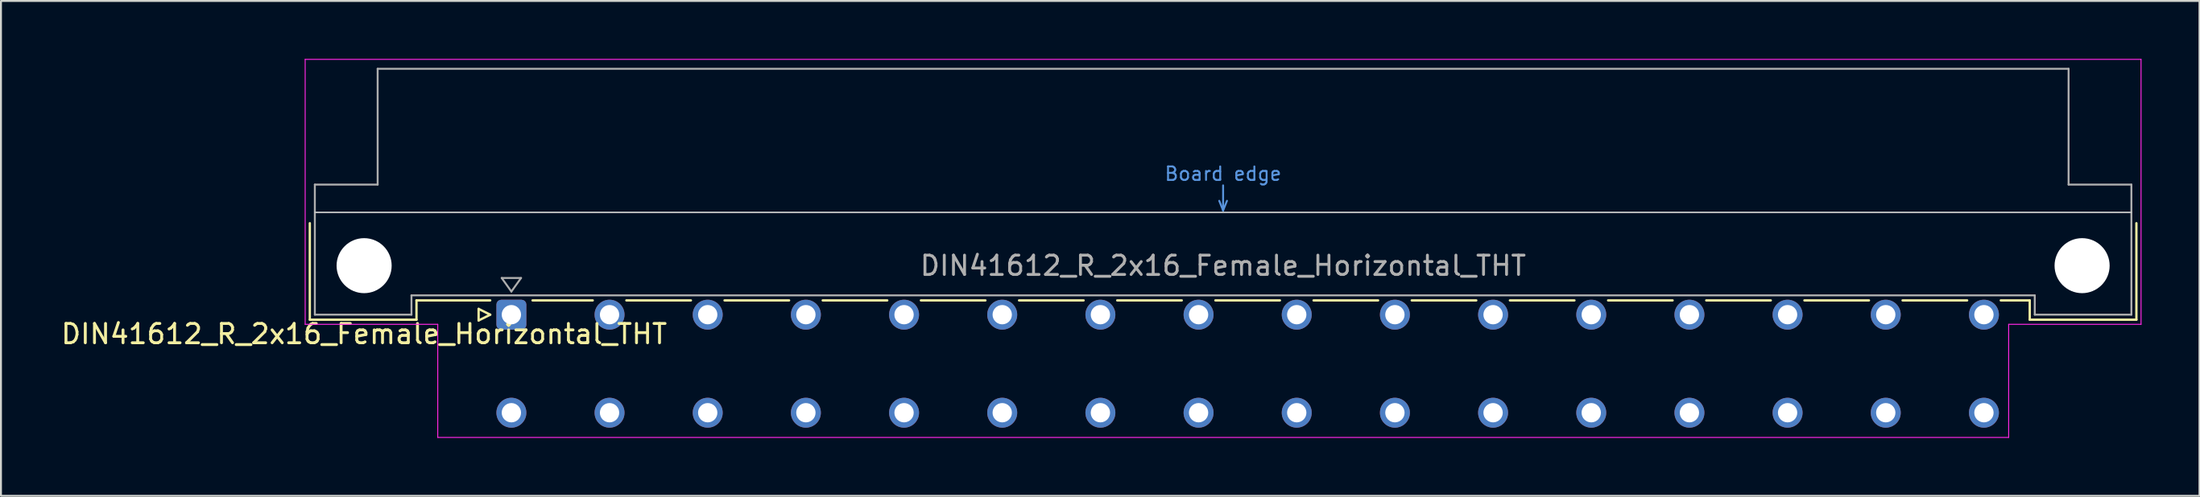
<source format=kicad_pcb>
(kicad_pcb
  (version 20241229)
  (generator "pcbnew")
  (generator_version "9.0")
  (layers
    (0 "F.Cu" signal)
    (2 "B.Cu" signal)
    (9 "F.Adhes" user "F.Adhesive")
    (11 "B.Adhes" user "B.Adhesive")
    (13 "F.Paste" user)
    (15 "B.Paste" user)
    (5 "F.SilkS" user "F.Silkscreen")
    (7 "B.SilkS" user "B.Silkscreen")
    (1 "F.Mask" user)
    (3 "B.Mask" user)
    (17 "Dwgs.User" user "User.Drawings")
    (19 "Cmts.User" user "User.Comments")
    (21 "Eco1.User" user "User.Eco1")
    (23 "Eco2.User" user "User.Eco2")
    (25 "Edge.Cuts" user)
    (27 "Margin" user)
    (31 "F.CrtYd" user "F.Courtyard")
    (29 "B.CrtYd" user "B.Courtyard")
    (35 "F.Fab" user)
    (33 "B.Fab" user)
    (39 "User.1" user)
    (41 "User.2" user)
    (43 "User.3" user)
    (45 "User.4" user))
  (footprint "DIN41612_R_2x16_Female_Horizontal_THT"
    (layer "F.Cu")
    (at 20.872 13.255)
    (property "Reference" "DIN41612_R_2x16_Female_Horizontal_THT" (at -5.08 1 0) (layer "F.SilkS") (effects (font (size 1 1) (thickness 0.15))))
    (attr through_hole)
    (fp_line (start -7.89 -4.74) (end -7.89 0.26) (stroke (width 0.12) (type solid)) (layer "F.SilkS"))
    (fp_line (start -7.89 0.26) (end -2.37 0.26) (stroke (width 0.12) (type solid)) (layer "F.SilkS"))
    (fp_line (start -2.371 -0.74) (end 1.445 -0.74) (stroke (width 0.12) (type solid)) (layer "F.SilkS"))
    (fp_line (start -2.37 0.26) (end -2.37 -0.74) (stroke (width 0.12) (type solid)) (layer "F.SilkS"))
    (fp_line (start 0.845 -0.3) (end 0.845 0.3) (stroke (width 0.12) (type solid)) (layer "F.SilkS"))
    (fp_line (start 0.845 0.3) (end 1.445 0) (stroke (width 0.12) (type solid)) (layer "F.SilkS"))
    (fp_line (start 1.445 0) (end 0.845 -0.3) (stroke (width 0.12) (type solid)) (layer "F.SilkS"))
    (fp_line (start 3.635 -0.74) (end 6.751 -0.74) (stroke (width 0.12) (type solid)) (layer "F.SilkS"))
    (fp_line (start 8.49 -0.74) (end 11.831 -0.74) (stroke (width 0.12) (type solid)) (layer "F.SilkS"))
    (fp_line (start 13.57 -0.74) (end 16.911 -0.74) (stroke (width 0.12) (type solid)) (layer "F.SilkS"))
    (fp_line (start 18.65 -0.74) (end 21.991 -0.74) (stroke (width 0.12) (type solid)) (layer "F.SilkS"))
    (fp_line (start 23.73 -0.74) (end 27.071 -0.74) (stroke (width 0.12) (type solid)) (layer "F.SilkS"))
    (fp_line (start 28.81 -0.74) (end 32.151 -0.74) (stroke (width 0.12) (type solid)) (layer "F.SilkS"))
    (fp_line (start 33.89 -0.74) (end 37.231 -0.74) (stroke (width 0.12) (type solid)) (layer "F.SilkS"))
    (fp_line (start 38.97 -0.74) (end 42.311 -0.74) (stroke (width 0.12) (type solid)) (layer "F.SilkS"))
    (fp_line (start 44.05 -0.74) (end 47.391 -0.74) (stroke (width 0.12) (type solid)) (layer "F.SilkS"))
    (fp_line (start 49.13 -0.74) (end 52.471 -0.74) (stroke (width 0.12) (type solid)) (layer "F.SilkS"))
    (fp_line (start 54.21 -0.74) (end 57.551 -0.74) (stroke (width 0.12) (type solid)) (layer "F.SilkS"))
    (fp_line (start 59.29 -0.74) (end 62.631 -0.74) (stroke (width 0.12) (type solid)) (layer "F.SilkS"))
    (fp_line (start 64.37 -0.74) (end 67.711 -0.74) (stroke (width 0.12) (type solid)) (layer "F.SilkS"))
    (fp_line (start 69.45 -0.74) (end 72.791 -0.74) (stroke (width 0.12) (type solid)) (layer "F.SilkS"))
    (fp_line (start 74.53 -0.74) (end 77.871 -0.74) (stroke (width 0.12) (type solid)) (layer "F.SilkS"))
    (fp_line (start 79.61 -0.74) (end 81.11 -0.74) (stroke (width 0.12) (type solid)) (layer "F.SilkS"))
    (fp_line (start 81.11 0.26) (end 81.11 -0.74) (stroke (width 0.12) (type solid)) (layer "F.SilkS"))
    (fp_line (start 86.63 -4.74) (end 86.63 0.26) (stroke (width 0.12) (type solid)) (layer "F.SilkS"))
    (fp_line (start 86.63 0.26) (end 81.11 0.26) (stroke (width 0.12) (type solid)) (layer "F.SilkS"))
    (fp_line (start -7.63 -5.3) (end 86.37 -5.3) (stroke (width 0.08) (type solid)) (layer "Dwgs.User"))
    (fp_line (start 39.17 -5.9) (end 39.37 -5.4) (stroke (width 0.1) (type solid)) (layer "Cmts.User"))
    (fp_line (start 39.37 -5.4) (end 39.37 -6.7) (stroke (width 0.1) (type solid)) (layer "Cmts.User"))
    (fp_line (start 39.37 -5.4) (end 39.57 -5.9) (stroke (width 0.1) (type solid)) (layer "Cmts.User"))
    (fp_line (start -8.13 -13.23) (end -8.13 0.5) (stroke (width 0.05) (type solid)) (layer "F.CrtYd"))
    (fp_line (start -8.13 0.5) (end -1.27 0.5) (stroke (width 0.05) (type solid)) (layer "F.CrtYd"))
    (fp_line (start -1.27 0.5) (end -1.27 6.36) (stroke (width 0.05) (type solid)) (layer "F.CrtYd"))
    (fp_line (start -1.27 6.36) (end 80.02 6.36) (stroke (width 0.05) (type solid)) (layer "F.CrtYd"))
    (fp_line (start 80.02 0.5) (end 86.87 0.5) (stroke (width 0.05) (type solid)) (layer "F.CrtYd"))
    (fp_line (start 80.02 6.36) (end 80.02 0.5) (stroke (width 0.05) (type solid)) (layer "F.CrtYd"))
    (fp_line (start 86.87 -13.23) (end -8.13 -13.23) (stroke (width 0.05) (type solid)) (layer "F.CrtYd"))
    (fp_line (start 86.87 0.5) (end 86.87 -13.23) (stroke (width 0.05) (type solid)) (layer "F.CrtYd"))
    (fp_line (start -7.63 -6.74) (end -7.63 0) (stroke (width 0.1) (type solid)) (layer "F.Fab"))
    (fp_line (start -7.63 0) (end -2.63 0) (stroke (width 0.1) (type solid)) (layer "F.Fab"))
    (fp_line (start -4.38 -12.74) (end -4.38 -6.74) (stroke (width 0.1) (type solid)) (layer "F.Fab"))
    (fp_line (start -4.38 -6.74) (end -7.63 -6.74) (stroke (width 0.1) (type solid)) (layer "F.Fab"))
    (fp_line (start -2.63 -1) (end 81.37 -1) (stroke (width 0.1) (type solid)) (layer "F.Fab"))
    (fp_line (start -2.63 0) (end -2.63 -1) (stroke (width 0.1) (type solid)) (layer "F.Fab"))
    (fp_line (start 2.04 -1.9) (end 3.04 -1.9) (stroke (width 0.1) (type solid)) (layer "F.Fab"))
    (fp_line (start 2.54 -1.2) (end 2.04 -1.9) (stroke (width 0.1) (type solid)) (layer "F.Fab"))
    (fp_line (start 3.04 -1.9) (end 2.54 -1.2) (stroke (width 0.1) (type solid)) (layer "F.Fab"))
    (fp_line (start 81.37 -1) (end 81.37 0) (stroke (width 0.1) (type solid)) (layer "F.Fab"))
    (fp_line (start 81.37 0) (end 86.37 0) (stroke (width 0.1) (type solid)) (layer "F.Fab"))
    (fp_line (start 83.12 -12.74) (end -4.38 -12.74) (stroke (width 0.1) (type solid)) (layer "F.Fab"))
    (fp_line (start 83.12 -6.74) (end 83.12 -12.74) (stroke (width 0.1) (type solid)) (layer "F.Fab"))
    (fp_line (start 86.37 -6.74) (end 83.12 -6.74) (stroke (width 0.1) (type solid)) (layer "F.Fab"))
    (fp_line (start 86.37 0) (end 86.37 -6.74) (stroke (width 0.1) (type solid)) (layer "F.Fab"))
    (fp_text user "Board edge" (at 39.37 -7.3 0) (layer "Cmts.User") (effects (font (size 0.7 0.7) (thickness 0.1))))
    (fp_text user "${REFERENCE}" (at 39.37 -2.54 0) (layer "F.Fab") (effects (font (size 1 1) (thickness 0.15))))
    (pad "" np_thru_hole circle (at -5.08 -2.54) (size 2.85 2.85) (drill 2.85) (layers "*.Cu" "*.Mask"))
    (pad "" np_thru_hole circle (at 83.82 -2.54) (size 2.85 2.85) (drill 2.85) (layers "*.Cu" "*.Mask"))
    (pad "a2" thru_hole roundrect (at 2.54 0) (size 1.55 1.55) (drill 1) (layers "*.Cu" "*.Mask") (roundrect_rratio 0.161))
    (pad "a4" thru_hole circle (at 7.62 0) (size 1.55 1.55) (drill 1) (layers "*.Cu" "*.Mask"))
    (pad "a6" thru_hole circle (at 12.7 0) (size 1.55 1.55) (drill 1) (layers "*.Cu" "*.Mask"))
    (pad "a8" thru_hole circle (at 17.78 0) (size 1.55 1.55) (drill 1) (layers "*.Cu" "*.Mask"))
    (pad "a10" thru_hole circle (at 22.86 0) (size 1.55 1.55) (drill 1) (layers "*.Cu" "*.Mask"))
    (pad "a12" thru_hole circle (at 27.94 0) (size 1.55 1.55) (drill 1) (layers "*.Cu" "*.Mask"))
    (pad "a14" thru_hole circle (at 33.02 0) (size 1.55 1.55) (drill 1) (layers "*.Cu" "*.Mask"))
    (pad "a16" thru_hole circle (at 38.1 0) (size 1.55 1.55) (drill 1) (layers "*.Cu" "*.Mask"))
    (pad "a18" thru_hole circle (at 43.18 0) (size 1.55 1.55) (drill 1) (layers "*.Cu" "*.Mask"))
    (pad "a20" thru_hole circle (at 48.26 0) (size 1.55 1.55) (drill 1) (layers "*.Cu" "*.Mask"))
    (pad "a22" thru_hole circle (at 53.34 0) (size 1.55 1.55) (drill 1) (layers "*.Cu" "*.Mask"))
    (pad "a24" thru_hole circle (at 58.42 0) (size 1.55 1.55) (drill 1) (layers "*.Cu" "*.Mask"))
    (pad "a26" thru_hole circle (at 63.5 0) (size 1.55 1.55) (drill 1) (layers "*.Cu" "*.Mask"))
    (pad "a28" thru_hole circle (at 68.58 0) (size 1.55 1.55) (drill 1) (layers "*.Cu" "*.Mask"))
    (pad "a30" thru_hole circle (at 73.66 0) (size 1.55 1.55) (drill 1) (layers "*.Cu" "*.Mask"))
    (pad "a32" thru_hole circle (at 78.74 0) (size 1.55 1.55) (drill 1) (layers "*.Cu" "*.Mask"))
    (pad "c2" thru_hole circle (at 2.54 5.08) (size 1.55 1.55) (drill 1) (layers "*.Cu" "*.Mask"))
    (pad "c4" thru_hole circle (at 7.62 5.08) (size 1.55 1.55) (drill 1) (layers "*.Cu" "*.Mask"))
    (pad "c6" thru_hole circle (at 12.7 5.08) (size 1.55 1.55) (drill 1) (layers "*.Cu" "*.Mask"))
    (pad "c8" thru_hole circle (at 17.78 5.08) (size 1.55 1.55) (drill 1) (layers "*.Cu" "*.Mask"))
    (pad "c10" thru_hole circle (at 22.86 5.08) (size 1.55 1.55) (drill 1) (layers "*.Cu" "*.Mask"))
    (pad "c12" thru_hole circle (at 27.94 5.08) (size 1.55 1.55) (drill 1) (layers "*.Cu" "*.Mask"))
    (pad "c14" thru_hole circle (at 33.02 5.08) (size 1.55 1.55) (drill 1) (layers "*.Cu" "*.Mask"))
    (pad "c16" thru_hole circle (at 38.1 5.08) (size 1.55 1.55) (drill 1) (layers "*.Cu" "*.Mask"))
    (pad "c18" thru_hole circle (at 43.18 5.08) (size 1.55 1.55) (drill 1) (layers "*.Cu" "*.Mask"))
    (pad "c20" thru_hole circle (at 48.26 5.08) (size 1.55 1.55) (drill 1) (layers "*.Cu" "*.Mask"))
    (pad "c22" thru_hole circle (at 53.34 5.08) (size 1.55 1.55) (drill 1) (layers "*.Cu" "*.Mask"))
    (pad "c24" thru_hole circle (at 58.42 5.08) (size 1.55 1.55) (drill 1) (layers "*.Cu" "*.Mask"))
    (pad "c26" thru_hole circle (at 63.5 5.08) (size 1.55 1.55) (drill 1) (layers "*.Cu" "*.Mask"))
    (pad "c28" thru_hole circle (at 68.58 5.08) (size 1.55 1.55) (drill 1) (layers "*.Cu" "*.Mask"))
    (pad "c30" thru_hole circle (at 73.66 5.08) (size 1.55 1.55) (drill 1) (layers "*.Cu" "*.Mask"))
    (pad "c32" thru_hole circle (at 78.74 5.08) (size 1.55 1.55) (drill 1) (layers "*.Cu" "*.Mask")))
  (gr_rect
    (start -3 -3)
    (end 110.767 22.64)
    (stroke (width 0.1) (type default))
    (fill no)
    (layer "Edge.Cuts")))
</source>
